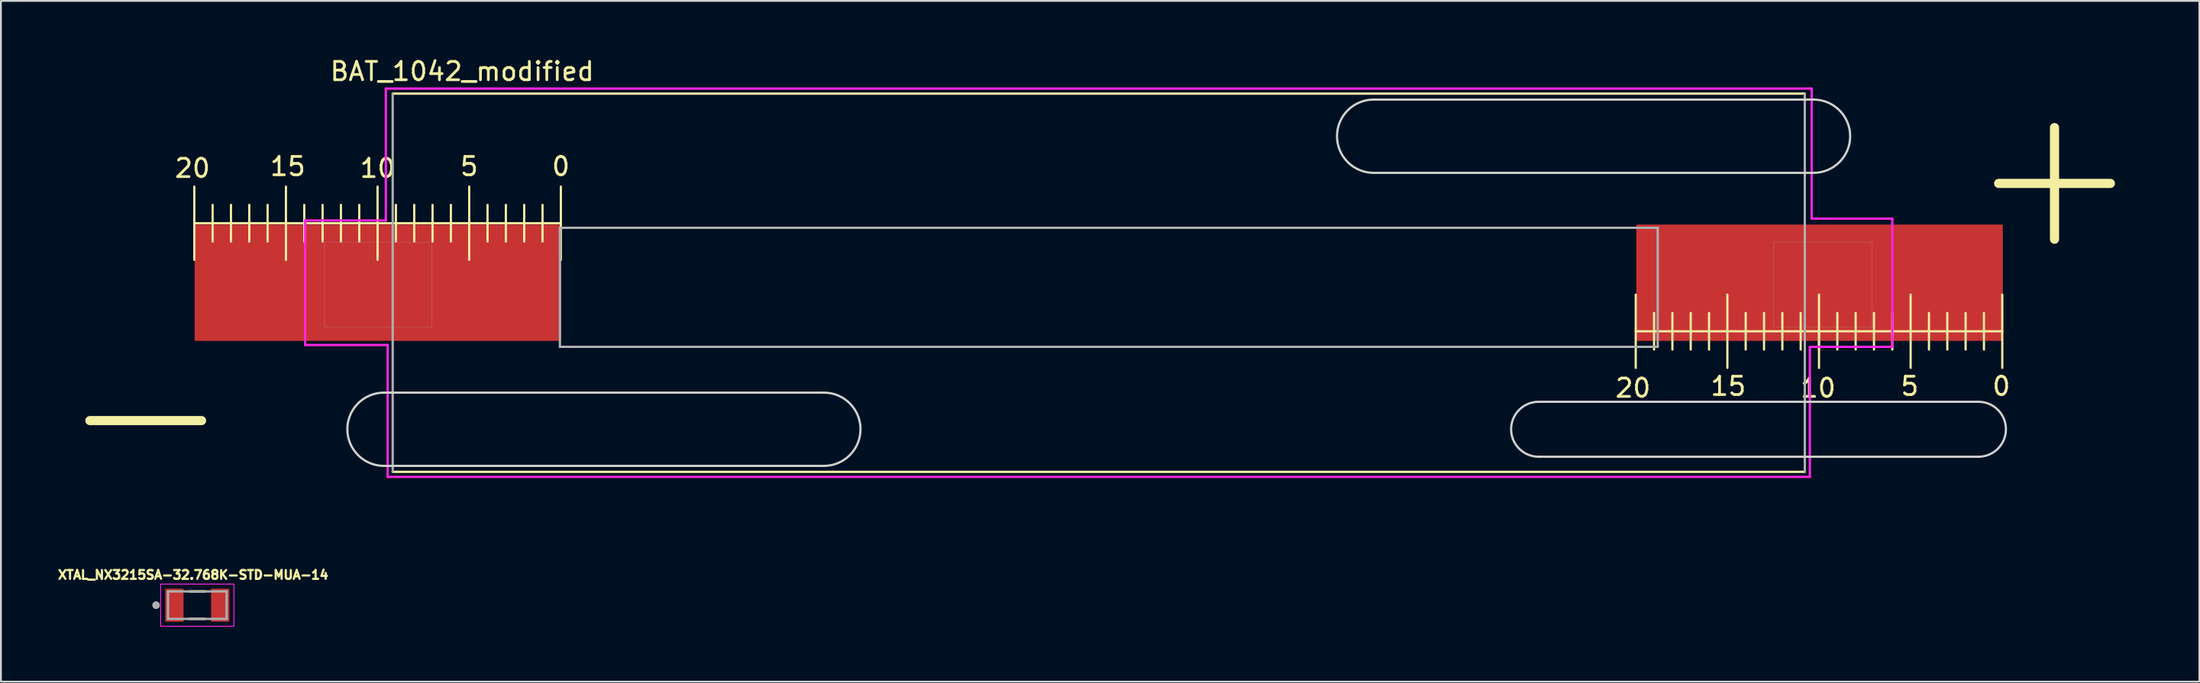
<source format=kicad_pcb>
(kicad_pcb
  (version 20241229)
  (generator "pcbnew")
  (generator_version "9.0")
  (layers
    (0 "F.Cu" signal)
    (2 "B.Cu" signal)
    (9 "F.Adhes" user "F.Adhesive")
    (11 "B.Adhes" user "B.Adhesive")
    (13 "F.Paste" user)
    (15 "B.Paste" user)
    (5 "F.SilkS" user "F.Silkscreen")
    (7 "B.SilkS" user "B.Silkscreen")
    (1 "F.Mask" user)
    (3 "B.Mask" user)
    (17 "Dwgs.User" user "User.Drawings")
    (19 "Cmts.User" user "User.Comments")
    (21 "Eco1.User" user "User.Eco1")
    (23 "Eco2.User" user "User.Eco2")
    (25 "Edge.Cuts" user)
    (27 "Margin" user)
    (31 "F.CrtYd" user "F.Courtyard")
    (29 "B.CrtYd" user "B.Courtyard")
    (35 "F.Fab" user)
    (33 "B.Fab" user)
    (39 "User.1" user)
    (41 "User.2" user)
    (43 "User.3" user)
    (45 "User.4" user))
  (footprint "BAT_1042_modified"
    (layer "F.Cu")
    (at 56.902 12.387)
    (property "Reference" "BAT_1042_modified" (at -34.736 -11.539 0) (layer "F.SilkS") (effects (font (size 1 1) (thickness 0.15))))
    (attr through_hole)
    (fp_line (start -49.35 -1.25) (end -49.35 -5.25) (stroke (width 0.12) (type solid)) (layer "F.SilkS"))
    (fp_line (start -48.35 -4.25) (end -48.35 -2.25) (stroke (width 0.12) (type solid)) (layer "F.SilkS"))
    (fp_line (start -47.35 -2.25) (end -47.35 -4.25) (stroke (width 0.12) (type solid)) (layer "F.SilkS"))
    (fp_line (start -46.35 -4.25) (end -46.35 -2.25) (stroke (width 0.12) (type solid)) (layer "F.SilkS"))
    (fp_line (start -45.35 -4.25) (end -45.35 -2.25) (stroke (width 0.12) (type solid)) (layer "F.SilkS"))
    (fp_line (start -44.35 -5.25) (end -44.35 -1.25) (stroke (width 0.12) (type solid)) (layer "F.SilkS"))
    (fp_line (start -43.35 -4.25) (end -43.35 -2.25) (stroke (width 0.12) (type solid)) (layer "F.SilkS"))
    (fp_line (start -42.35 -4.25) (end -42.35 -2.25) (stroke (width 0.12) (type solid)) (layer "F.SilkS"))
    (fp_line (start -41.35 -4.25) (end -41.35 -2.25) (stroke (width 0.12) (type solid)) (layer "F.SilkS"))
    (fp_line (start -40.35 -2.25) (end -40.35 -4.25) (stroke (width 0.12) (type solid)) (layer "F.SilkS"))
    (fp_line (start -39.35 -3.25) (end -39.35 -1.25) (stroke (width 0.12) (type solid)) (layer "F.SilkS"))
    (fp_line (start -39.35 -2.25) (end -39.35 -5.25) (stroke (width 0.12) (type solid)) (layer "F.SilkS"))
    (fp_line (start -38.525 -10.325) (end 38.525 -10.325) (stroke (width 0.127) (type solid)) (layer "F.SilkS"))
    (fp_line (start -38.35 -4.25) (end -38.35 -2.25) (stroke (width 0.12) (type solid)) (layer "F.SilkS"))
    (fp_line (start -37.35 -2.25) (end -37.35 -4.25) (stroke (width 0.12) (type solid)) (layer "F.SilkS"))
    (fp_line (start -36.35 -4.25) (end -36.35 -2.25) (stroke (width 0.12) (type solid)) (layer "F.SilkS"))
    (fp_line (start -35.35 -4.25) (end -35.35 -2.25) (stroke (width 0.12) (type solid)) (layer "F.SilkS"))
    (fp_line (start -34.35 -5.25) (end -34.35 -1.25) (stroke (width 0.12) (type solid)) (layer "F.SilkS"))
    (fp_line (start -33.35 -4.25) (end -33.35 -2.25) (stroke (width 0.12) (type solid)) (layer "F.SilkS"))
    (fp_line (start -32.35 -4.25) (end -32.35 -2.25) (stroke (width 0.12) (type solid)) (layer "F.SilkS"))
    (fp_line (start -31.35 -4.25) (end -31.35 -2.25) (stroke (width 0.12) (type solid)) (layer "F.SilkS"))
    (fp_line (start -30.35 -2.25) (end -30.35 -4.25) (stroke (width 0.12) (type solid)) (layer "F.SilkS"))
    (fp_line (start -29.35 -3.25) (end -49.35 -3.25) (stroke (width 0.12) (type solid)) (layer "F.SilkS"))
    (fp_line (start -29.35 -1.25) (end -29.35 -5.25) (stroke (width 0.12) (type solid)) (layer "F.SilkS"))
    (fp_line (start 29.3 4.65) (end 29.3 0.65) (stroke (width 0.12) (type solid)) (layer "F.SilkS"))
    (fp_line (start 30.3 1.65) (end 30.3 3.65) (stroke (width 0.12) (type solid)) (layer "F.SilkS"))
    (fp_line (start 31.3 3.65) (end 31.3 1.65) (stroke (width 0.12) (type solid)) (layer "F.SilkS"))
    (fp_line (start 32.3 1.65) (end 32.3 3.65) (stroke (width 0.12) (type solid)) (layer "F.SilkS"))
    (fp_line (start 33.3 1.65) (end 33.3 3.65) (stroke (width 0.12) (type solid)) (layer "F.SilkS"))
    (fp_line (start 34.3 0.65) (end 34.3 4.65) (stroke (width 0.12) (type solid)) (layer "F.SilkS"))
    (fp_line (start 35.3 1.65) (end 35.3 3.65) (stroke (width 0.12) (type solid)) (layer "F.SilkS"))
    (fp_line (start 36.3 1.65) (end 36.3 3.65) (stroke (width 0.12) (type solid)) (layer "F.SilkS"))
    (fp_line (start 37.3 1.65) (end 37.3 3.65) (stroke (width 0.12) (type solid)) (layer "F.SilkS"))
    (fp_line (start 38.3 3.65) (end 38.3 1.65) (stroke (width 0.12) (type solid)) (layer "F.SilkS"))
    (fp_line (start 38.525 10.325) (end -38.525 10.325) (stroke (width 0.127) (type solid)) (layer "F.SilkS"))
    (fp_line (start 39.3 2.65) (end 39.3 4.65) (stroke (width 0.12) (type solid)) (layer "F.SilkS"))
    (fp_line (start 39.3 3.65) (end 39.3 0.65) (stroke (width 0.12) (type solid)) (layer "F.SilkS"))
    (fp_line (start 40.3 1.65) (end 40.3 3.65) (stroke (width 0.12) (type solid)) (layer "F.SilkS"))
    (fp_line (start 41.3 3.65) (end 41.3 1.65) (stroke (width 0.12) (type solid)) (layer "F.SilkS"))
    (fp_line (start 42.3 1.65) (end 42.3 3.65) (stroke (width 0.12) (type solid)) (layer "F.SilkS"))
    (fp_line (start 43.3 1.65) (end 43.3 3.65) (stroke (width 0.12) (type solid)) (layer "F.SilkS"))
    (fp_line (start 44.3 0.65) (end 44.3 4.65) (stroke (width 0.12) (type solid)) (layer "F.SilkS"))
    (fp_line (start 45.3 1.65) (end 45.3 3.65) (stroke (width 0.12) (type solid)) (layer "F.SilkS"))
    (fp_line (start 46.3 1.65) (end 46.3 3.65) (stroke (width 0.12) (type solid)) (layer "F.SilkS"))
    (fp_line (start 47.3 1.65) (end 47.3 3.65) (stroke (width 0.12) (type solid)) (layer "F.SilkS"))
    (fp_line (start 48.3 3.65) (end 48.3 1.65) (stroke (width 0.12) (type solid)) (layer "F.SilkS"))
    (fp_line (start 49.3 2.65) (end 29.3 2.65) (stroke (width 0.12) (type solid)) (layer "F.SilkS"))
    (fp_line (start 49.3 4.65) (end 49.3 0.65) (stroke (width 0.12) (type solid)) (layer "F.SilkS"))
    (fp_line (start -39 6) (end -15 6) (stroke (width 0.12) (type solid)) (layer "Edge.Cuts"))
    (fp_line (start -15 10) (end -39 10) (stroke (width 0.12) (type solid)) (layer "Edge.Cuts"))
    (fp_line (start 15 -10) (end 39 -10) (stroke (width 0.12) (type solid)) (layer "Edge.Cuts"))
    (fp_line (start 24 6.5) (end 48 6.5) (stroke (width 0.12) (type solid)) (layer "Edge.Cuts"))
    (fp_line (start 39 -6) (end 15 -6) (stroke (width 0.12) (type solid)) (layer "Edge.Cuts"))
    (fp_line (start 48 9.5) (end 24 9.5) (stroke (width 0.12) (type solid)) (layer "Edge.Cuts"))
    (fp_arc (start -39 10) (mid -41 8) (end -39 6) (stroke (width 0.12) (type solid)) (layer "Edge.Cuts"))
    (fp_arc (start -15 6) (mid -13 8) (end -15 10) (stroke (width 0.12) (type solid)) (layer "Edge.Cuts"))
    (fp_arc (start 15 -6) (mid 13 -8) (end 15 -10) (stroke (width 0.12) (type solid)) (layer "Edge.Cuts"))
    (fp_arc (start 24 9.5) (mid 22.5 8) (end 24 6.5) (stroke (width 0.12) (type solid)) (layer "Edge.Cuts"))
    (fp_arc (start 39 -10) (mid 41 -8) (end 39 -6) (stroke (width 0.12) (type solid)) (layer "Edge.Cuts"))
    (fp_arc (start 48 6.5) (mid 49.5 8) (end 48 9.5) (stroke (width 0.12) (type solid)) (layer "Edge.Cuts"))
    (fp_line (start -43.3 -3.4) (end -38.9 -3.4) (stroke (width 0.127) (type solid)) (layer "F.CrtYd"))
    (fp_line (start -43.3 3.4) (end -43.3 -3.4) (stroke (width 0.127) (type solid)) (layer "F.CrtYd"))
    (fp_line (start -38.9 -10.6) (end 38.9 -10.6) (stroke (width 0.127) (type solid)) (layer "F.CrtYd"))
    (fp_line (start -38.9 -3.4) (end -38.9 -10.6) (stroke (width 0.127) (type solid)) (layer "F.CrtYd"))
    (fp_line (start -38.8 3.4) (end -43.3 3.4) (stroke (width 0.127) (type solid)) (layer "F.CrtYd"))
    (fp_line (start -38.8 10.6) (end -38.8 3.4) (stroke (width 0.127) (type solid)) (layer "F.CrtYd"))
    (fp_line (start 38.8 3.5) (end 38.8 10.6) (stroke (width 0.127) (type solid)) (layer "F.CrtYd"))
    (fp_line (start 38.8 10.6) (end -38.8 10.6) (stroke (width 0.127) (type solid)) (layer "F.CrtYd"))
    (fp_line (start 38.9 -10.6) (end 38.9 -3.5) (stroke (width 0.127) (type solid)) (layer "F.CrtYd"))
    (fp_line (start 38.9 -3.5) (end 43.3 -3.5) (stroke (width 0.127) (type solid)) (layer "F.CrtYd"))
    (fp_line (start 43.3 -3.5) (end 43.3 3.5) (stroke (width 0.127) (type solid)) (layer "F.CrtYd"))
    (fp_line (start 43.3 3.5) (end 38.8 3.5) (stroke (width 0.127) (type solid)) (layer "F.CrtYd"))
    (fp_line (start -38.525 10.325) (end -38.525 -10.325) (stroke (width 0.127) (type solid)) (layer "F.Fab"))
    (fp_line (start -29.4 -3) (end -29.4 3.5) (stroke (width 0.127) (type solid)) (layer "F.Fab"))
    (fp_line (start -29.4 3.5) (end 30.5 3.5) (stroke (width 0.127) (type solid)) (layer "F.Fab"))
    (fp_line (start 30.5 -3) (end -29.4 -3) (stroke (width 0.127) (type solid)) (layer "F.Fab"))
    (fp_line (start 30.5 3.5) (end 30.5 -3) (stroke (width 0.127) (type solid)) (layer "F.Fab"))
    (fp_line (start 38.525 -10.325) (end 38.525 10.325) (stroke (width 0.127) (type solid)) (layer "F.Fab"))
    (fp_poly (pts (xy -42.246 -2.2) (xy -36.4 -2.2) (xy -36.4 2.403) (xy -42.246 2.403)) (stroke (width 0.01) (type solid)) (fill no) (layer "F.Fab"))
    (fp_poly (pts (xy 36.807 -2.2) (xy 42.2 -2.2) (xy 42.2 2.4) (xy 36.807 2.4)) (stroke (width 0.01) (type solid)) (fill no) (layer "F.Fab"))
    (fp_text user "20" (at -49.45 -6.25 0) (unlocked yes) (layer "F.SilkS") (effects (font (size 1 1) (thickness 0.15))))
    (fp_text user "15" (at 34.35 5.65 0) (unlocked yes) (layer "F.SilkS") (effects (font (size 1 1) (thickness 0.15))))
    (fp_text user "5" (at 44.25 5.65 0) (unlocked yes) (layer "F.SilkS") (effects (font (size 1 1) (thickness 0.15))))
    (fp_text user "20" (at 29.15 5.75 0) (unlocked yes) (layer "F.SilkS") (effects (font (size 1 1) (thickness 0.15))))
    (fp_text user "15" (at -44.25 -6.35 0) (unlocked yes) (layer "F.SilkS") (effects (font (size 1 1) (thickness 0.15))))
    (fp_text user "0" (at 49.25 5.65 0) (unlocked yes) (layer "F.SilkS") (effects (font (size 1 1) (thickness 0.15))))
    (fp_text user "10" (at -39.35 -6.25 0) (unlocked yes) (layer "F.SilkS") (effects (font (size 1 1) (thickness 0.15))))
    (fp_text user "+" (at 52.15 -6.05 0) (unlocked yes) (layer "F.SilkS") (effects (font (size 8 8) (thickness 0.5))))
    (fp_text user "-" (at -52 6.9 0) (unlocked yes) (layer "F.SilkS") (effects (font (size 8 8) (thickness 0.5))))
    (fp_text user "0" (at -29.35 -6.35 0) (unlocked yes) (layer "F.SilkS") (effects (font (size 1 1) (thickness 0.15))))
    (fp_text user "5" (at -34.35 -6.35 0) (unlocked yes) (layer "F.SilkS") (effects (font (size 1 1) (thickness 0.15))))
    (fp_text user "10" (at 39.25 5.75 0) (unlocked yes) (layer "F.SilkS") (effects (font (size 1 1) (thickness 0.15))))
    (pad "+" smd rect (at 39.33 0) (size 20 6.35) (layers "F.Cu" "F.Mask" "F.Paste"))
    (pad "-" smd rect (at -39.33 0) (size 20 6.35) (layers "F.Cu" "F.Mask" "F.Paste")))
  (footprint "XTAL_NX3215SA-32.768K-STD-MUA-14"
    (layer "F.Cu")
    (at 7.716 29.992)
    (property "Reference" "XTAL_NX3215SA-32.768K-STD-MUA-14" (at -0.223 -1.655 0) (layer "F.SilkS") (effects (font (size 0.481 0.481) (thickness 0.15))))
    (attr through_hole)
    (fp_line (start 0.43 -0.75) (end -0.43 -0.75) (stroke (width 0.127) (type solid)) (layer "F.SilkS"))
    (fp_line (start 0.43 0.75) (end -0.43 0.75) (stroke (width 0.127) (type solid)) (layer "F.SilkS"))
    (fp_circle (center -2.25 0) (end -2.15 0) (stroke (width 0.2) (type solid)) (fill no) (layer "F.SilkS"))
    (fp_line (start -2 -1.15) (end 2 -1.15) (stroke (width 0.05) (type solid)) (layer "F.CrtYd"))
    (fp_line (start -2 1.15) (end -2 -1.15) (stroke (width 0.05) (type solid)) (layer "F.CrtYd"))
    (fp_line (start 2 -1.15) (end 2 1.15) (stroke (width 0.05) (type solid)) (layer "F.CrtYd"))
    (fp_line (start 2 1.15) (end -2 1.15) (stroke (width 0.05) (type solid)) (layer "F.CrtYd"))
    (fp_line (start -1.6 -0.75) (end 1.6 -0.75) (stroke (width 0.127) (type solid)) (layer "F.Fab"))
    (fp_line (start -1.6 0.75) (end -1.6 -0.75) (stroke (width 0.127) (type solid)) (layer "F.Fab"))
    (fp_line (start 1.6 -0.75) (end 1.6 0.75) (stroke (width 0.127) (type solid)) (layer "F.Fab"))
    (fp_line (start 1.6 0.75) (end -1.6 0.75) (stroke (width 0.127) (type solid)) (layer "F.Fab"))
    (fp_circle (center -2.25 0) (end -2.15 0) (stroke (width 0.2) (type solid)) (fill no) (layer "F.Fab"))
    (pad "1" smd rect (at -1.25 0) (size 1 1.8) (layers "F.Cu" "F.Mask" "F.Paste"))
    (pad "2" smd rect (at 1.25 0) (size 1 1.8) (layers "F.Cu" "F.Mask" "F.Paste")))
  (gr_rect
    (start -3 -3)
    (end 116.955 34.167)
    (stroke (width 0.1) (type default))
    (fill no)
    (layer "Edge.Cuts")))
</source>
